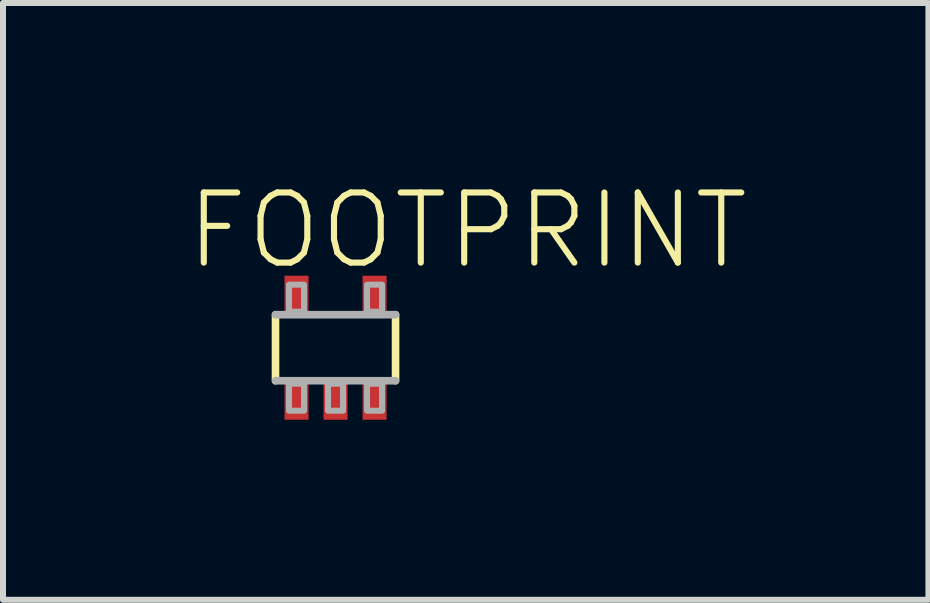
<source format=kicad_pcb>
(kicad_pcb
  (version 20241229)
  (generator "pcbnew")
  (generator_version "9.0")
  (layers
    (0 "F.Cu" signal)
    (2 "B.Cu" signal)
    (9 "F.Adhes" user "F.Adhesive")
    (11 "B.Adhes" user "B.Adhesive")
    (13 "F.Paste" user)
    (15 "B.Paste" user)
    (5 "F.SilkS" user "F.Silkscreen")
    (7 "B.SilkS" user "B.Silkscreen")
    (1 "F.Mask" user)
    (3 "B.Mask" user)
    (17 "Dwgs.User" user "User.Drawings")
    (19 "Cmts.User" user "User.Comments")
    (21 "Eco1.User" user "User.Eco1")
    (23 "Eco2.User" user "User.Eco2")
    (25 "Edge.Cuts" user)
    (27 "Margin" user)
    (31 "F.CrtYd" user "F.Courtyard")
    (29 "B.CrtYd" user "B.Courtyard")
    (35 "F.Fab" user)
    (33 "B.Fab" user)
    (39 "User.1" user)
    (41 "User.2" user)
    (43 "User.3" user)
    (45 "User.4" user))
  (footprint "FOOTPRINT"
    (layer "F.Cu")
    (at 2.54 2.743)
    (property "Reference" "FOOTPRINT" (at -2.54 -1.27 0) (layer "F.SilkS") (effects (font (size 1.168 1.168) (thickness 0.102)) (justify left bottom)))
    (fp_line (start -1 -0.55) (end -1 0.55) (stroke (width 0.127) (type solid)) (layer "F.SilkS"))
    (fp_line (start 1 0.55) (end 1 -0.55) (stroke (width 0.127) (type solid)) (layer "F.SilkS"))
    (fp_line (start -1 0.55) (end 1 0.55) (stroke (width 0.127) (type solid)) (layer "F.Fab"))
    (fp_line (start 1 -0.55) (end -1 -0.55) (stroke (width 0.127) (type solid)) (layer "F.Fab"))
    (fp_poly (pts (xy -0.775 -0.6) (xy -0.525 -0.6) (xy -0.525 -1.05) (xy -0.775 -1.05)) (stroke (width 0.1) (type solid)) (fill no) (layer "F.Fab"))
    (fp_poly (pts (xy -0.775 1.05) (xy -0.525 1.05) (xy -0.525 0.6) (xy -0.775 0.6)) (stroke (width 0.1) (type solid)) (fill no) (layer "F.Fab"))
    (fp_poly (pts (xy -0.125 1.05) (xy 0.125 1.05) (xy 0.125 0.6) (xy -0.125 0.6)) (stroke (width 0.1) (type solid)) (fill no) (layer "F.Fab"))
    (fp_poly (pts (xy 0.525 -0.6) (xy 0.775 -0.6) (xy 0.775 -1.05) (xy 0.525 -1.05)) (stroke (width 0.1) (type solid)) (fill no) (layer "F.Fab"))
    (fp_poly (pts (xy 0.525 1.05) (xy 0.775 1.05) (xy 0.775 0.6) (xy 0.525 0.6)) (stroke (width 0.1) (type solid)) (fill no) (layer "F.Fab"))
    (pad "1" smd rect (at -0.65 0.85) (size 0.4 0.7) (layers "F.Cu" "F.Mask" "F.Paste"))
    (pad "2" smd rect (at 0 0.85) (size 0.4 0.7) (layers "F.Cu" "F.Mask" "F.Paste"))
    (pad "3" smd rect (at 0.65 0.85) (size 0.4 0.7) (layers "F.Cu" "F.Mask" "F.Paste"))
    (pad "4" smd rect (at 0.65 -0.85) (size 0.4 0.7) (layers "F.Cu" "F.Mask" "F.Paste"))
    (pad "5" smd rect (at -0.65 -0.85) (size 0.4 0.7) (layers "F.Cu" "F.Mask" "F.Paste")))
  (gr_rect
    (start -3 -3)
    (end 12.418 6.943)
    (stroke (width 0.1) (type default))
    (fill no)
    (layer "Edge.Cuts")))
</source>
